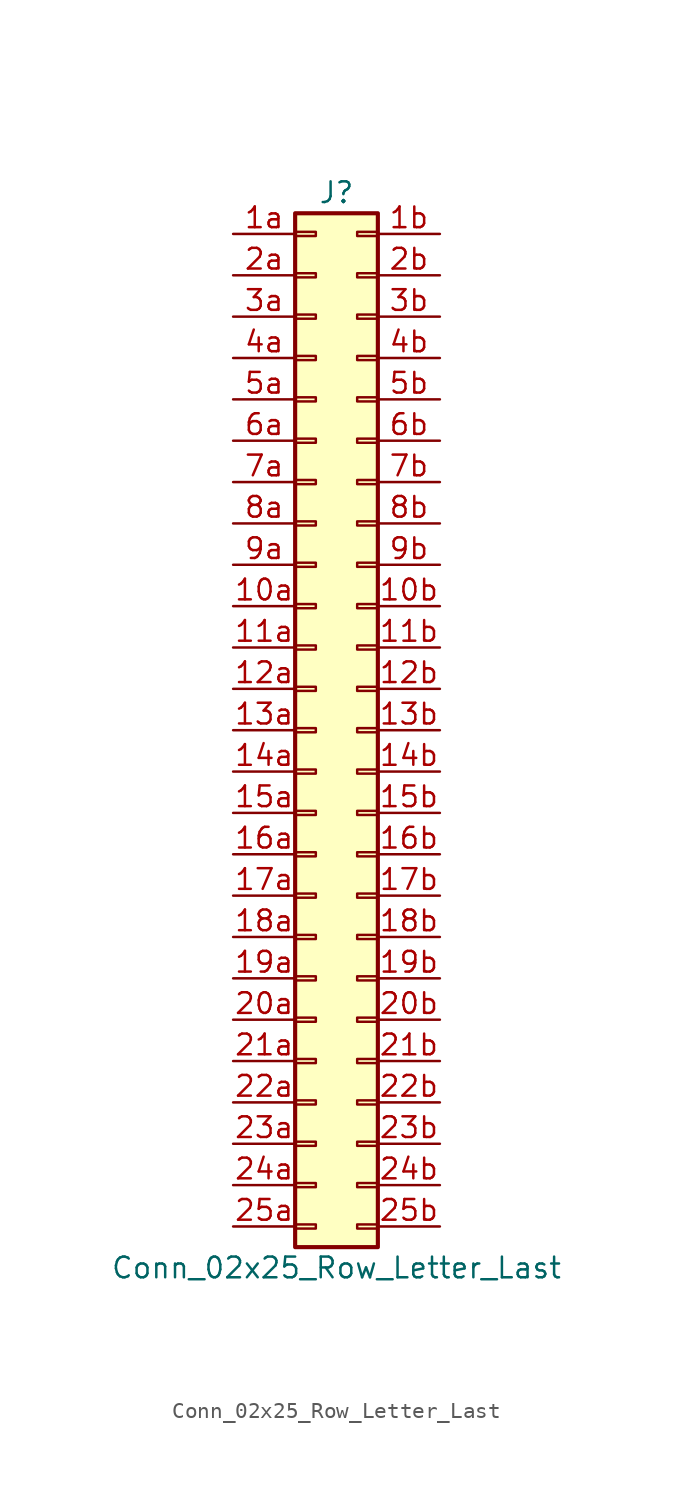
<source format=kicad_sym>
(kicad_symbol_lib
  (version 20201005)
  (generator kicad_symbol_editor)
  (symbol "Connector_Generic:Conn_02x25_Row_Letter_Last"
    (pin_names
      (offset 1.016) hide)
    (property "Reference" "J"
      (at 1.27 33.02 0)
      (effects (font (size 1.27 1.27))))
    (property "Value" "Conn_02x25_Row_Letter_Last"
      (at 1.27 -33.02 0)
      (effects (font (size 1.27 1.27))))
    (symbol "Conn_02x25_Row_Letter_Last_1_1"
      (rectangle (start -1.27 -27.813) (end 0 -28.067) (stroke (width 0.152)) (fill (type none)))
      (rectangle (start -1.27 -30.353) (end 0 -30.607) (stroke (width 0.152)) (fill (type none)))
      (rectangle (start -1.27 -4.953) (end 0 -5.207) (stroke (width 0.152)) (fill (type none)))
      (rectangle (start -1.27 -7.493) (end 0 -7.747) (stroke (width 0.152)) (fill (type none)))
      (rectangle (start -1.27 -10.033) (end 0 -10.287) (stroke (width 0.152)) (fill (type none)))
      (rectangle (start -1.27 -12.573) (end 0 -12.827) (stroke (width 0.152)) (fill (type none)))
      (rectangle (start -1.27 -15.113) (end 0 -15.367) (stroke (width 0.152)) (fill (type none)))
      (rectangle (start -1.27 -17.653) (end 0 -17.907) (stroke (width 0.152)) (fill (type none)))
      (rectangle (start -1.27 -20.193) (end 0 -20.447) (stroke (width 0.152)) (fill (type none)))
      (rectangle (start -1.27 -22.733) (end 0 -22.987) (stroke (width 0.152)) (fill (type none)))
      (rectangle (start -1.27 -2.413) (end 0 -2.667) (stroke (width 0.152)) (fill (type none)))
      (rectangle (start -1.27 -25.273) (end 0 -25.527) (stroke (width 0.152)) (fill (type none)))
      (rectangle (start -1.27 25.527) (end 0 25.273) (stroke (width 0.152)) (fill (type none)))
      (rectangle (start -1.27 2.667) (end 0 2.413) (stroke (width 0.152)) (fill (type none)))
      (rectangle (start -1.27 28.067) (end 0 27.813) (stroke (width 0.152)) (fill (type none)))
      (rectangle (start -1.27 30.607) (end 0 30.353) (stroke (width 0.152)) (fill (type none)))
      (rectangle (start -1.27 31.75) (end 3.81 -31.75) (stroke (width 0.254)) (fill (type background)))
      (rectangle (start -1.27 5.207) (end 0 4.953) (stroke (width 0.152)) (fill (type none)))
      (rectangle (start -1.27 7.747) (end 0 7.493) (stroke (width 0.152)) (fill (type none)))
      (rectangle (start -1.27 10.287) (end 0 10.033) (stroke (width 0.152)) (fill (type none)))
      (rectangle (start -1.27 0.127) (end 0 -0.127) (stroke (width 0.152)) (fill (type none)))
      (rectangle (start -1.27 12.827) (end 0 12.573) (stroke (width 0.152)) (fill (type none)))
      (rectangle (start -1.27 15.367) (end 0 15.113) (stroke (width 0.152)) (fill (type none)))
      (rectangle (start -1.27 17.907) (end 0 17.653) (stroke (width 0.152)) (fill (type none)))
      (rectangle (start -1.27 20.447) (end 0 20.193) (stroke (width 0.152)) (fill (type none)))
      (rectangle (start -1.27 22.987) (end 0 22.733) (stroke (width 0.152)) (fill (type none)))
      (rectangle (start 3.81 -27.813) (end 2.54 -28.067) (stroke (width 0.152)) (fill (type none)))
      (rectangle (start 3.81 -30.353) (end 2.54 -30.607) (stroke (width 0.152)) (fill (type none)))
      (rectangle (start 3.81 -4.953) (end 2.54 -5.207) (stroke (width 0.152)) (fill (type none)))
      (rectangle (start 3.81 -7.493) (end 2.54 -7.747) (stroke (width 0.152)) (fill (type none)))
      (rectangle (start 3.81 -10.033) (end 2.54 -10.287) (stroke (width 0.152)) (fill (type none)))
      (rectangle (start 3.81 -12.573) (end 2.54 -12.827) (stroke (width 0.152)) (fill (type none)))
      (rectangle (start 3.81 -15.113) (end 2.54 -15.367) (stroke (width 0.152)) (fill (type none)))
      (rectangle (start 3.81 -17.653) (end 2.54 -17.907) (stroke (width 0.152)) (fill (type none)))
      (rectangle (start 3.81 -20.193) (end 2.54 -20.447) (stroke (width 0.152)) (fill (type none)))
      (rectangle (start 3.81 -22.733) (end 2.54 -22.987) (stroke (width 0.152)) (fill (type none)))
      (rectangle (start 3.81 -2.413) (end 2.54 -2.667) (stroke (width 0.152)) (fill (type none)))
      (rectangle (start 3.81 -25.273) (end 2.54 -25.527) (stroke (width 0.152)) (fill (type none)))
      (rectangle (start 3.81 25.527) (end 2.54 25.273) (stroke (width 0.152)) (fill (type none)))
      (rectangle (start 3.81 2.667) (end 2.54 2.413) (stroke (width 0.152)) (fill (type none)))
      (rectangle (start 3.81 28.067) (end 2.54 27.813) (stroke (width 0.152)) (fill (type none)))
      (rectangle (start 3.81 30.607) (end 2.54 30.353) (stroke (width 0.152)) (fill (type none)))
      (rectangle (start 3.81 5.207) (end 2.54 4.953) (stroke (width 0.152)) (fill (type none)))
      (rectangle (start 3.81 7.747) (end 2.54 7.493) (stroke (width 0.152)) (fill (type none)))
      (rectangle (start 3.81 10.287) (end 2.54 10.033) (stroke (width 0.152)) (fill (type none)))
      (rectangle (start 3.81 0.127) (end 2.54 -0.127) (stroke (width 0.152)) (fill (type none)))
      (rectangle (start 3.81 12.827) (end 2.54 12.573) (stroke (width 0.152)) (fill (type none)))
      (rectangle (start 3.81 15.367) (end 2.54 15.113) (stroke (width 0.152)) (fill (type none)))
      (rectangle (start 3.81 17.907) (end 2.54 17.653) (stroke (width 0.152)) (fill (type none)))
      (rectangle (start 3.81 20.447) (end 2.54 20.193) (stroke (width 0.152)) (fill (type none)))
      (rectangle (start 3.81 22.987) (end 2.54 22.733) (stroke (width 0.152)) (fill (type none)))
      (pin passive line (at -5.08 7.62 0) (length 3.81) (name "Pin_10a" (effects (font (size 1.27 1.27)))) (number "10a" (effects (font (size 1.27 1.27)))))
      (pin passive line (at 7.62 7.62 180) (length 3.81) (name "Pin_10b" (effects (font (size 1.27 1.27)))) (number "10b" (effects (font (size 1.27 1.27)))))
      (pin passive line (at -5.08 5.08 0) (length 3.81) (name "Pin_11a" (effects (font (size 1.27 1.27)))) (number "11a" (effects (font (size 1.27 1.27)))))
      (pin passive line (at 7.62 5.08 180) (length 3.81) (name "Pin_11b" (effects (font (size 1.27 1.27)))) (number "11b" (effects (font (size 1.27 1.27)))))
      (pin passive line (at -5.08 2.54 0) (length 3.81) (name "Pin_12a" (effects (font (size 1.27 1.27)))) (number "12a" (effects (font (size 1.27 1.27)))))
      (pin passive line (at 7.62 2.54 180) (length 3.81) (name "Pin_12b" (effects (font (size 1.27 1.27)))) (number "12b" (effects (font (size 1.27 1.27)))))
      (pin passive line (at -5.08 0 0) (length 3.81) (name "Pin_13a" (effects (font (size 1.27 1.27)))) (number "13a" (effects (font (size 1.27 1.27)))))
      (pin passive line (at 7.62 0 180) (length 3.81) (name "Pin_13b" (effects (font (size 1.27 1.27)))) (number "13b" (effects (font (size 1.27 1.27)))))
      (pin passive line (at -5.08 -2.54 0) (length 3.81) (name "Pin_14a" (effects (font (size 1.27 1.27)))) (number "14a" (effects (font (size 1.27 1.27)))))
      (pin passive line (at 7.62 -2.54 180) (length 3.81) (name "Pin_14b" (effects (font (size 1.27 1.27)))) (number "14b" (effects (font (size 1.27 1.27)))))
      (pin passive line (at -5.08 -5.08 0) (length 3.81) (name "Pin_15a" (effects (font (size 1.27 1.27)))) (number "15a" (effects (font (size 1.27 1.27)))))
      (pin passive line (at 7.62 -5.08 180) (length 3.81) (name "Pin_15b" (effects (font (size 1.27 1.27)))) (number "15b" (effects (font (size 1.27 1.27)))))
      (pin passive line (at -5.08 -7.62 0) (length 3.81) (name "Pin_16a" (effects (font (size 1.27 1.27)))) (number "16a" (effects (font (size 1.27 1.27)))))
      (pin passive line (at 7.62 -7.62 180) (length 3.81) (name "Pin_16b" (effects (font (size 1.27 1.27)))) (number "16b" (effects (font (size 1.27 1.27)))))
      (pin passive line (at -5.08 -10.16 0) (length 3.81) (name "Pin_17a" (effects (font (size 1.27 1.27)))) (number "17a" (effects (font (size 1.27 1.27)))))
      (pin passive line (at 7.62 -10.16 180) (length 3.81) (name "Pin_17b" (effects (font (size 1.27 1.27)))) (number "17b" (effects (font (size 1.27 1.27)))))
      (pin passive line (at -5.08 -12.7 0) (length 3.81) (name "Pin_18a" (effects (font (size 1.27 1.27)))) (number "18a" (effects (font (size 1.27 1.27)))))
      (pin passive line (at 7.62 -12.7 180) (length 3.81) (name "Pin_18b" (effects (font (size 1.27 1.27)))) (number "18b" (effects (font (size 1.27 1.27)))))
      (pin passive line (at -5.08 -15.24 0) (length 3.81) (name "Pin_19a" (effects (font (size 1.27 1.27)))) (number "19a" (effects (font (size 1.27 1.27)))))
      (pin passive line (at 7.62 -15.24 180) (length 3.81) (name "Pin_19b" (effects (font (size 1.27 1.27)))) (number "19b" (effects (font (size 1.27 1.27)))))
      (pin passive line (at -5.08 30.48 0) (length 3.81) (name "Pin_1a" (effects (font (size 1.27 1.27)))) (number "1a" (effects (font (size 1.27 1.27)))))
      (pin passive line (at 7.62 30.48 180) (length 3.81) (name "Pin_1b" (effects (font (size 1.27 1.27)))) (number "1b" (effects (font (size 1.27 1.27)))))
      (pin passive line (at -5.08 -17.78 0) (length 3.81) (name "Pin_20a" (effects (font (size 1.27 1.27)))) (number "20a" (effects (font (size 1.27 1.27)))))
      (pin passive line (at 7.62 -17.78 180) (length 3.81) (name "Pin_20b" (effects (font (size 1.27 1.27)))) (number "20b" (effects (font (size 1.27 1.27)))))
      (pin passive line (at -5.08 -20.32 0) (length 3.81) (name "Pin_21a" (effects (font (size 1.27 1.27)))) (number "21a" (effects (font (size 1.27 1.27)))))
      (pin passive line (at 7.62 -20.32 180) (length 3.81) (name "Pin_21b" (effects (font (size 1.27 1.27)))) (number "21b" (effects (font (size 1.27 1.27)))))
      (pin passive line (at -5.08 -22.86 0) (length 3.81) (name "Pin_22a" (effects (font (size 1.27 1.27)))) (number "22a" (effects (font (size 1.27 1.27)))))
      (pin passive line (at 7.62 -22.86 180) (length 3.81) (name "Pin_22b" (effects (font (size 1.27 1.27)))) (number "22b" (effects (font (size 1.27 1.27)))))
      (pin passive line (at -5.08 -25.4 0) (length 3.81) (name "Pin_23a" (effects (font (size 1.27 1.27)))) (number "23a" (effects (font (size 1.27 1.27)))))
      (pin passive line (at 7.62 -25.4 180) (length 3.81) (name "Pin_23b" (effects (font (size 1.27 1.27)))) (number "23b" (effects (font (size 1.27 1.27)))))
      (pin passive line (at -5.08 -27.94 0) (length 3.81) (name "Pin_24a" (effects (font (size 1.27 1.27)))) (number "24a" (effects (font (size 1.27 1.27)))))
      (pin passive line (at 7.62 -27.94 180) (length 3.81) (name "Pin_24b" (effects (font (size 1.27 1.27)))) (number "24b" (effects (font (size 1.27 1.27)))))
      (pin passive line (at -5.08 -30.48 0) (length 3.81) (name "Pin_25a" (effects (font (size 1.27 1.27)))) (number "25a" (effects (font (size 1.27 1.27)))))
      (pin passive line (at 7.62 -30.48 180) (length 3.81) (name "Pin_25b" (effects (font (size 1.27 1.27)))) (number "25b" (effects (font (size 1.27 1.27)))))
      (pin passive line (at -5.08 27.94 0) (length 3.81) (name "Pin_2a" (effects (font (size 1.27 1.27)))) (number "2a" (effects (font (size 1.27 1.27)))))
      (pin passive line (at 7.62 27.94 180) (length 3.81) (name "Pin_2b" (effects (font (size 1.27 1.27)))) (number "2b" (effects (font (size 1.27 1.27)))))
      (pin passive line (at -5.08 25.4 0) (length 3.81) (name "Pin_3a" (effects (font (size 1.27 1.27)))) (number "3a" (effects (font (size 1.27 1.27)))))
      (pin passive line (at 7.62 25.4 180) (length 3.81) (name "Pin_3b" (effects (font (size 1.27 1.27)))) (number "3b" (effects (font (size 1.27 1.27)))))
      (pin passive line (at -5.08 22.86 0) (length 3.81) (name "Pin_4a" (effects (font (size 1.27 1.27)))) (number "4a" (effects (font (size 1.27 1.27)))))
      (pin passive line (at 7.62 22.86 180) (length 3.81) (name "Pin_4b" (effects (font (size 1.27 1.27)))) (number "4b" (effects (font (size 1.27 1.27)))))
      (pin passive line (at -5.08 20.32 0) (length 3.81) (name "Pin_5a" (effects (font (size 1.27 1.27)))) (number "5a" (effects (font (size 1.27 1.27)))))
      (pin passive line (at 7.62 20.32 180) (length 3.81) (name "Pin_5b" (effects (font (size 1.27 1.27)))) (number "5b" (effects (font (size 1.27 1.27)))))
      (pin passive line (at -5.08 17.78 0) (length 3.81) (name "Pin_6a" (effects (font (size 1.27 1.27)))) (number "6a" (effects (font (size 1.27 1.27)))))
      (pin passive line (at 7.62 17.78 180) (length 3.81) (name "Pin_6b" (effects (font (size 1.27 1.27)))) (number "6b" (effects (font (size 1.27 1.27)))))
      (pin passive line (at -5.08 15.24 0) (length 3.81) (name "Pin_7a" (effects (font (size 1.27 1.27)))) (number "7a" (effects (font (size 1.27 1.27)))))
      (pin passive line (at 7.62 15.24 180) (length 3.81) (name "Pin_7b" (effects (font (size 1.27 1.27)))) (number "7b" (effects (font (size 1.27 1.27)))))
      (pin passive line (at -5.08 12.7 0) (length 3.81) (name "Pin_8a" (effects (font (size 1.27 1.27)))) (number "8a" (effects (font (size 1.27 1.27)))))
      (pin passive line (at 7.62 12.7 180) (length 3.81) (name "Pin_8b" (effects (font (size 1.27 1.27)))) (number "8b" (effects (font (size 1.27 1.27)))))
      (pin passive line (at -5.08 10.16 0) (length 3.81) (name "Pin_9a" (effects (font (size 1.27 1.27)))) (number "9a" (effects (font (size 1.27 1.27)))))
      (pin passive line (at 7.62 10.16 180) (length 3.81) (name "Pin_9b" (effects (font (size 1.27 1.27)))) (number "9b" (effects (font (size 1.27 1.27))))))))
</source>
